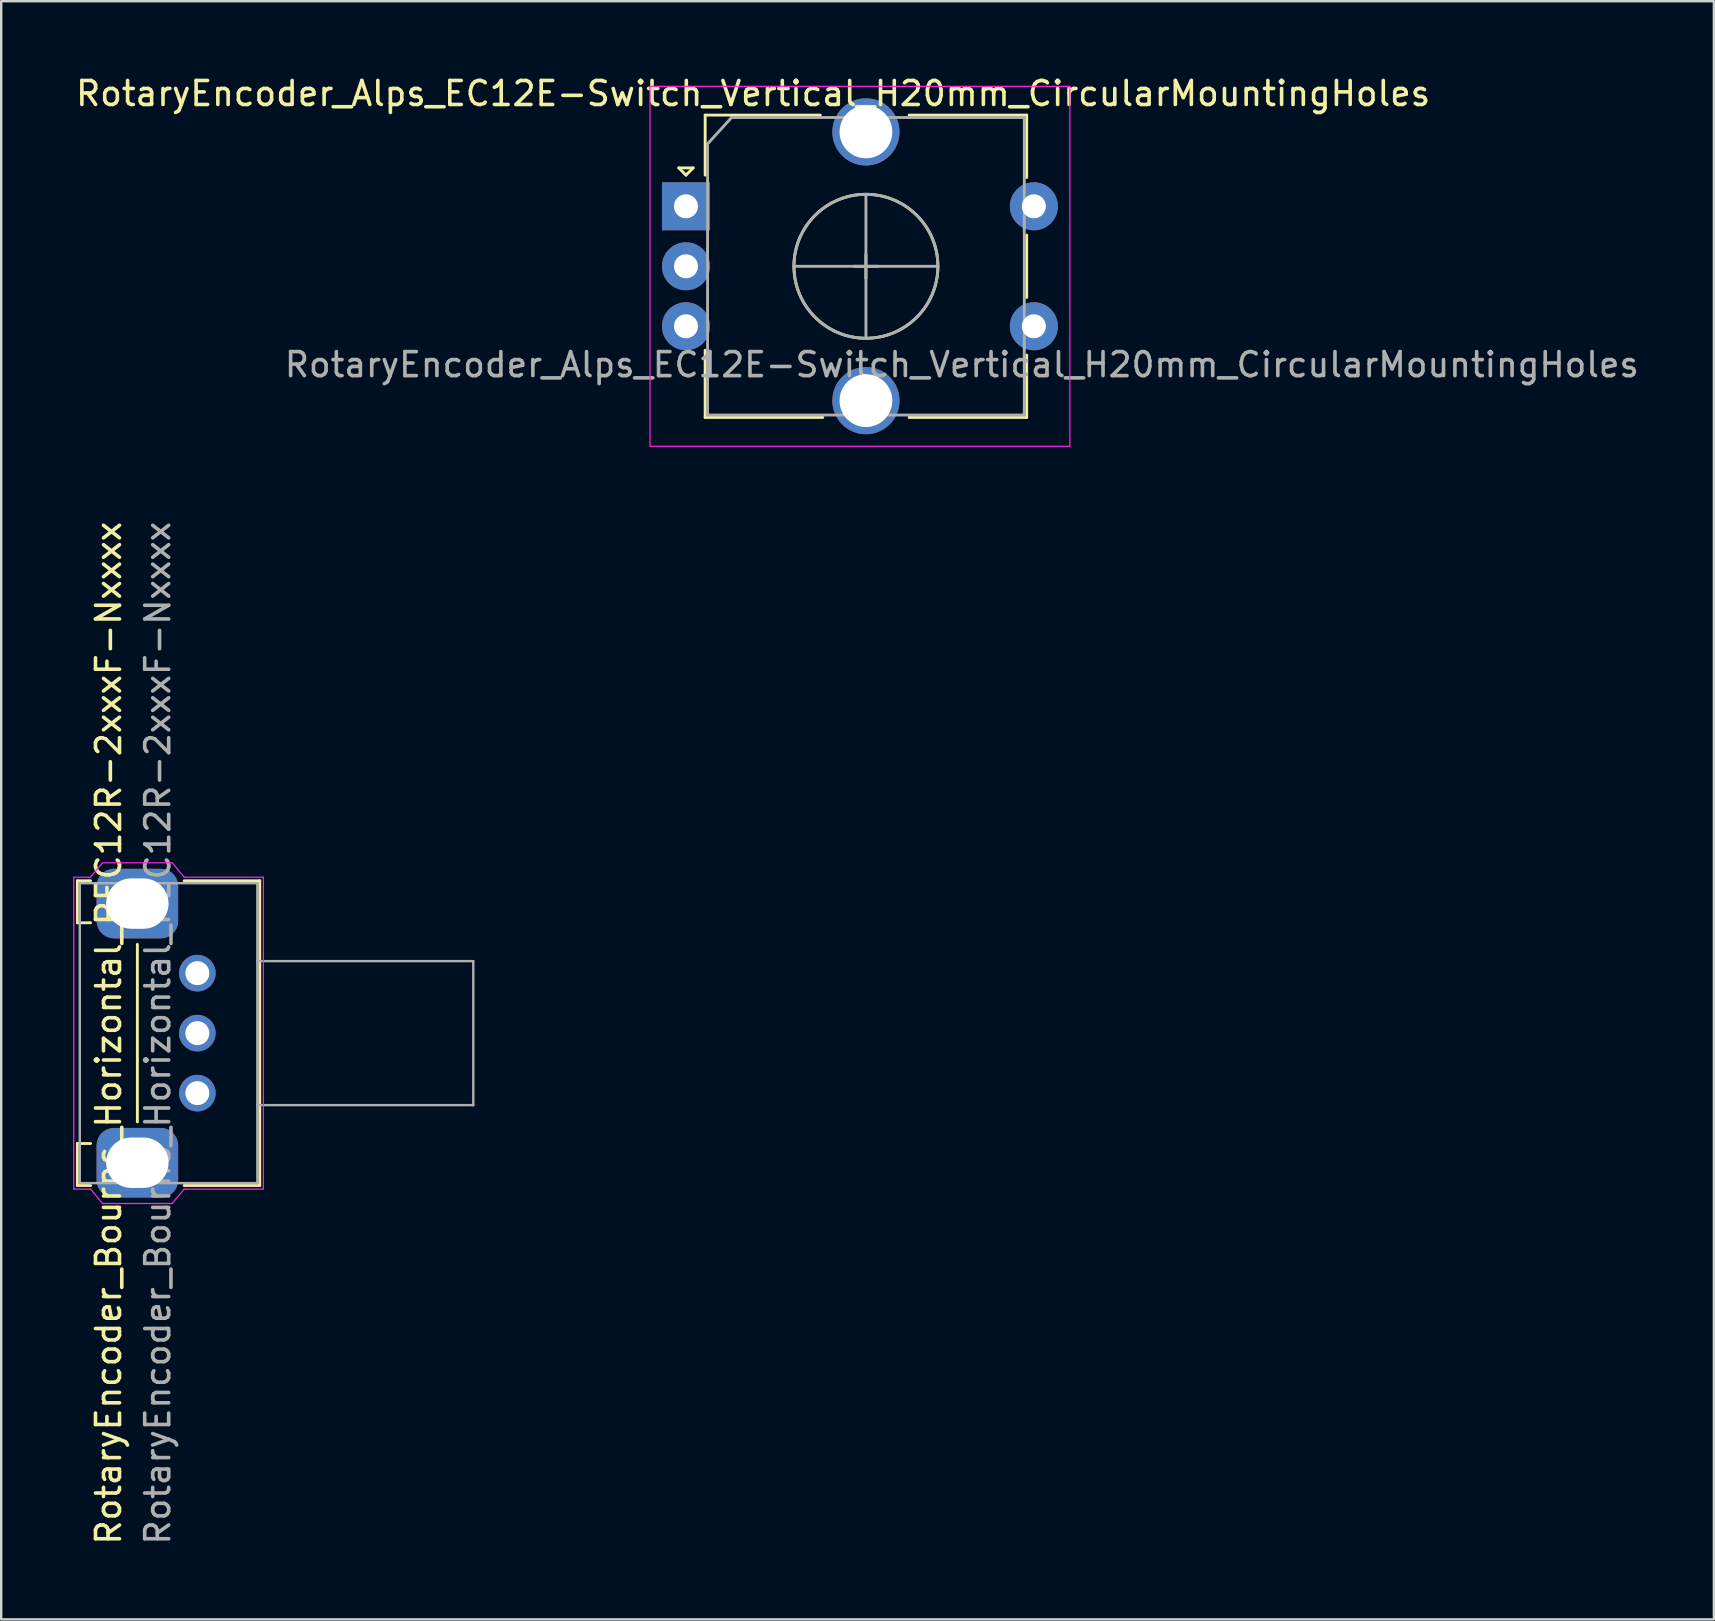
<source format=kicad_pcb>
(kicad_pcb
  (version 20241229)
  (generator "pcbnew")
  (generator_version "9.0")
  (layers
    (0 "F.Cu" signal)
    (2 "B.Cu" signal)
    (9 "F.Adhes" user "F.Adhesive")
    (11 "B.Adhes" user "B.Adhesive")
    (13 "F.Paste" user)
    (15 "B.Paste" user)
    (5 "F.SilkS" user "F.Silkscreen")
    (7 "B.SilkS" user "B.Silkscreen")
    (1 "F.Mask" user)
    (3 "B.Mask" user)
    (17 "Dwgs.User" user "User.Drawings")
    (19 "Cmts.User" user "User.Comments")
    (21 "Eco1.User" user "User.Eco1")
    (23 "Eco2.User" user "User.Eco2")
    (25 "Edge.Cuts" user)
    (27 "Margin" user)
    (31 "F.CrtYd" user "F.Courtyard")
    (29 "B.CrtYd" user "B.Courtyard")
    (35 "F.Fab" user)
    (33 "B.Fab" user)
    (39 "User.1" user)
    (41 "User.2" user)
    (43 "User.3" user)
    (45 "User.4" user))
  (footprint "RotaryEncoder_Bourns_Horizontal_PEC12R-2xxxF-Nxxxx"
    (layer "F.Cu")
    (at 5.175 42.508)
    (property "Reference" "RotaryEncoder_Bourns_Horizontal_PEC12R-2xxxF-Nxxxx" (at -3.7 -2.5 270) (layer "F.SilkS") (effects (font (size 1 1) (thickness 0.15))))
    (attr through_hole)
    (fp_line (start -5 -8.85) (end -5 -7.1) (stroke (width 0.12) (type solid)) (layer "F.SilkS"))
    (fp_line (start -5 -7.1) (end -4.45 -7.1) (stroke (width 0.12) (type solid)) (layer "F.SilkS"))
    (fp_line (start -5 2.1) (end -4.45 2.1) (stroke (width 0.12) (type solid)) (layer "F.SilkS"))
    (fp_line (start -5 3.85) (end -5 2.1) (stroke (width 0.12) (type solid)) (layer "F.SilkS"))
    (fp_line (start -5 3.85) (end -4.45 3.85) (stroke (width 0.12) (type solid)) (layer "F.SilkS"))
    (fp_line (start -4.45 -8.85) (end -5 -8.85) (stroke (width 0.12) (type solid)) (layer "F.SilkS"))
    (fp_line (start -2.5 1.2) (end -2.5 -6.2) (stroke (width 0.12) (type solid)) (layer "F.SilkS"))
    (fp_line (start -0.55 3.85) (end 2.6 3.85) (stroke (width 0.12) (type solid)) (layer "F.SilkS"))
    (fp_line (start 2.6 -8.85) (end -0.55 -8.85) (stroke (width 0.12) (type solid)) (layer "F.SilkS"))
    (fp_line (start 2.6 3.85) (end 2.6 -8.85) (stroke (width 0.12) (type solid)) (layer "F.SilkS"))
    (fp_line (start -5.15 -9) (end -4.45 -9) (stroke (width 0.05) (type solid)) (layer "F.CrtYd"))
    (fp_line (start -5.15 4) (end -5.15 -9) (stroke (width 0.05) (type solid)) (layer "F.CrtYd"))
    (fp_line (start -5.15 4) (end -4.45 4) (stroke (width 0.05) (type solid)) (layer "F.CrtYd"))
    (fp_line (start -4.45 -9) (end -3.95 -9.6) (stroke (width 0.05) (type solid)) (layer "F.CrtYd"))
    (fp_line (start -4.45 4) (end -3.95 4.6) (stroke (width 0.05) (type solid)) (layer "F.CrtYd"))
    (fp_line (start -3.95 -9.6) (end -1.05 -9.6) (stroke (width 0.05) (type solid)) (layer "F.CrtYd"))
    (fp_line (start -1.05 -9.6) (end -0.55 -9) (stroke (width 0.05) (type solid)) (layer "F.CrtYd"))
    (fp_line (start -1.05 4.6) (end -3.95 4.6) (stroke (width 0.05) (type solid)) (layer "F.CrtYd"))
    (fp_line (start -0.55 -9) (end 2.75 -9) (stroke (width 0.05) (type solid)) (layer "F.CrtYd"))
    (fp_line (start -0.55 4) (end -1.05 4.6) (stroke (width 0.05) (type solid)) (layer "F.CrtYd"))
    (fp_line (start 2.75 4) (end -0.55 4) (stroke (width 0.05) (type solid)) (layer "F.CrtYd"))
    (fp_line (start 2.75 4) (end 2.75 -9) (stroke (width 0.05) (type solid)) (layer "F.CrtYd"))
    (fp_line (start -4.9 -8.75) (end 2.5 -8.75) (stroke (width 0.1) (type solid)) (layer "F.Fab"))
    (fp_line (start -4.9 3.75) (end -4.9 -8.75) (stroke (width 0.1) (type solid)) (layer "F.Fab"))
    (fp_line (start 2.5 -8.75) (end 2.5 3.75) (stroke (width 0.1) (type solid)) (layer "F.Fab"))
    (fp_line (start 2.5 0.5) (end 11.5 0.5) (stroke (width 0.1) (type solid)) (layer "F.Fab"))
    (fp_line (start 2.5 3.75) (end -4.9 3.75) (stroke (width 0.1) (type solid)) (layer "F.Fab"))
    (fp_line (start 11.5 -5.5) (end 2.5 -5.5) (stroke (width 0.1) (type solid)) (layer "F.Fab"))
    (fp_line (start 11.5 0.5) (end 11.5 -5.5) (stroke (width 0.1) (type solid)) (layer "F.Fab"))
    (fp_text user "${REFERENCE}" (at -1.65 -2.5 270) (layer "F.Fab") (effects (font (size 1 1) (thickness 0.15))))
    (pad "A" thru_hole circle (at 0 0 90) (size 1.524 1.524) (drill 1) (layers "*.Cu" "*.Mask"))
    (pad "B" thru_hole circle (at 0 -5 90) (size 1.524 1.524) (drill 1) (layers "*.Cu" "*.Mask"))
    (pad "C" thru_hole circle (at 0 -2.5 90) (size 1.524 1.524) (drill 1) (layers "*.Cu" "*.Mask"))
    (pad "SH" thru_hole roundrect (at -2.5 -7.9 90) (size 2.9 3.4) (drill oval 2.1 2.6) (layers "*.Cu" "*.Mask") (roundrect_rratio 0.25))
    (pad "SH" thru_hole roundrect (at -2.5 2.9 90) (size 2.9 3.4) (drill oval 2.1 2.6) (layers "*.Cu" "*.Mask") (roundrect_rratio 0.25)))
  (footprint "RotaryEncoder_Alps_EC12E-Switch_Vertical_H20mm_CircularMountingHoles"
    (layer "F.Cu")
    (at 25.539 5.548)
    (property "Reference" "RotaryEncoder_Alps_EC12E-Switch_Vertical_H20mm_CircularMountingHoles" (at 2.8 -4.7 0) (layer "F.SilkS") (effects (font (size 1 1) (thickness 0.15))))
    (attr through_hole)
    (fp_line (start -0.3 -1.6) (end 0.3 -1.6) (stroke (width 0.12) (type solid)) (layer "F.SilkS"))
    (fp_line (start 0 -1.3) (end -0.3 -1.6) (stroke (width 0.12) (type solid)) (layer "F.SilkS"))
    (fp_line (start 0.3 -1.6) (end 0 -1.3) (stroke (width 0.12) (type solid)) (layer "F.SilkS"))
    (fp_line (start 0.8 -3.8) (end 0.8 -1.3) (stroke (width 0.12) (type solid)) (layer "F.SilkS"))
    (fp_line (start 0.8 8.8) (end 0.8 6) (stroke (width 0.12) (type solid)) (layer "F.SilkS"))
    (fp_line (start 5.6 -3.8) (end 0.8 -3.8) (stroke (width 0.12) (type solid)) (layer "F.SilkS"))
    (fp_line (start 5.7 8.8) (end 0.8 8.8) (stroke (width 0.12) (type solid)) (layer "F.SilkS"))
    (fp_line (start 7 2.5) (end 8 2.5) (stroke (width 0.12) (type solid)) (layer "F.SilkS"))
    (fp_line (start 7.5 2) (end 7.5 3) (stroke (width 0.12) (type solid)) (layer "F.SilkS"))
    (fp_line (start 9.3 -3.8) (end 14.2 -3.8) (stroke (width 0.12) (type solid)) (layer "F.SilkS"))
    (fp_line (start 14.2 -3.8) (end 14.2 -1.2) (stroke (width 0.12) (type solid)) (layer "F.SilkS"))
    (fp_line (start 14.2 1.2) (end 14.2 3.8) (stroke (width 0.12) (type solid)) (layer "F.SilkS"))
    (fp_line (start 14.2 6.2) (end 14.2 8.8) (stroke (width 0.12) (type solid)) (layer "F.SilkS"))
    (fp_line (start 14.2 8.8) (end 9.3 8.8) (stroke (width 0.12) (type solid)) (layer "F.SilkS"))
    (fp_circle (center 7.5 2.5) (end 10.5 2.5) (stroke (width 0.12) (type solid)) (fill no) (layer "F.SilkS"))
    (fp_line (start -1.5 -5) (end -1.5 10) (stroke (width 0.05) (type solid)) (layer "F.CrtYd"))
    (fp_line (start -1.5 -5) (end 16 -5) (stroke (width 0.05) (type solid)) (layer "F.CrtYd"))
    (fp_line (start 16 10) (end -1.5 10) (stroke (width 0.05) (type solid)) (layer "F.CrtYd"))
    (fp_line (start 16 10) (end 16 -5) (stroke (width 0.05) (type solid)) (layer "F.CrtYd"))
    (fp_line (start 0.9 -2.6) (end 1.9 -3.7) (stroke (width 0.12) (type solid)) (layer "F.Fab"))
    (fp_line (start 0.9 8.7) (end 0.9 -2.6) (stroke (width 0.12) (type solid)) (layer "F.Fab"))
    (fp_line (start 1.9 -3.7) (end 14.1 -3.7) (stroke (width 0.12) (type solid)) (layer "F.Fab"))
    (fp_line (start 4.5 2.5) (end 10.5 2.5) (stroke (width 0.12) (type solid)) (layer "F.Fab"))
    (fp_line (start 7.5 -0.5) (end 7.5 5.5) (stroke (width 0.12) (type solid)) (layer "F.Fab"))
    (fp_line (start 14.1 -3.7) (end 14.1 8.7) (stroke (width 0.12) (type solid)) (layer "F.Fab"))
    (fp_line (start 14.1 8.7) (end 0.9 8.7) (stroke (width 0.12) (type solid)) (layer "F.Fab"))
    (fp_circle (center 7.5 2.5) (end 10.5 2.5) (stroke (width 0.12) (type solid)) (fill no) (layer "F.Fab"))
    (fp_text user "${REFERENCE}" (at 11.5 6.6 0) (layer "F.Fab") (effects (font (size 1 1) (thickness 0.15))))
    (pad "A" thru_hole rect (at 0 0) (size 2 2) (drill 1) (layers "*.Cu" "*.Mask"))
    (pad "B" thru_hole circle (at 0 5) (size 2 2) (drill 1) (layers "*.Cu" "*.Mask"))
    (pad "C" thru_hole circle (at 0 2.5) (size 2 2) (drill 1) (layers "*.Cu" "*.Mask"))
    (pad "MP" thru_hole circle (at 7.5 -3.1) (size 2.8 2.8) (drill 2.2) (layers "*.Cu" "*.Mask"))
    (pad "MP" thru_hole circle (at 7.5 8.1) (size 2.8 2.8) (drill 2.2) (layers "*.Cu" "*.Mask"))
    (pad "S1" thru_hole circle (at 14.5 0) (size 2 2) (drill 1) (layers "*.Cu" "*.Mask"))
    (pad "S2" thru_hole circle (at 14.5 5) (size 2 2) (drill 1) (layers "*.Cu" "*.Mask")))
  (gr_rect
    (start -3 -3)
    (end 68.379 64.442)
    (stroke (width 0.1) (type default))
    (fill no)
    (layer "Edge.Cuts")))
</source>
